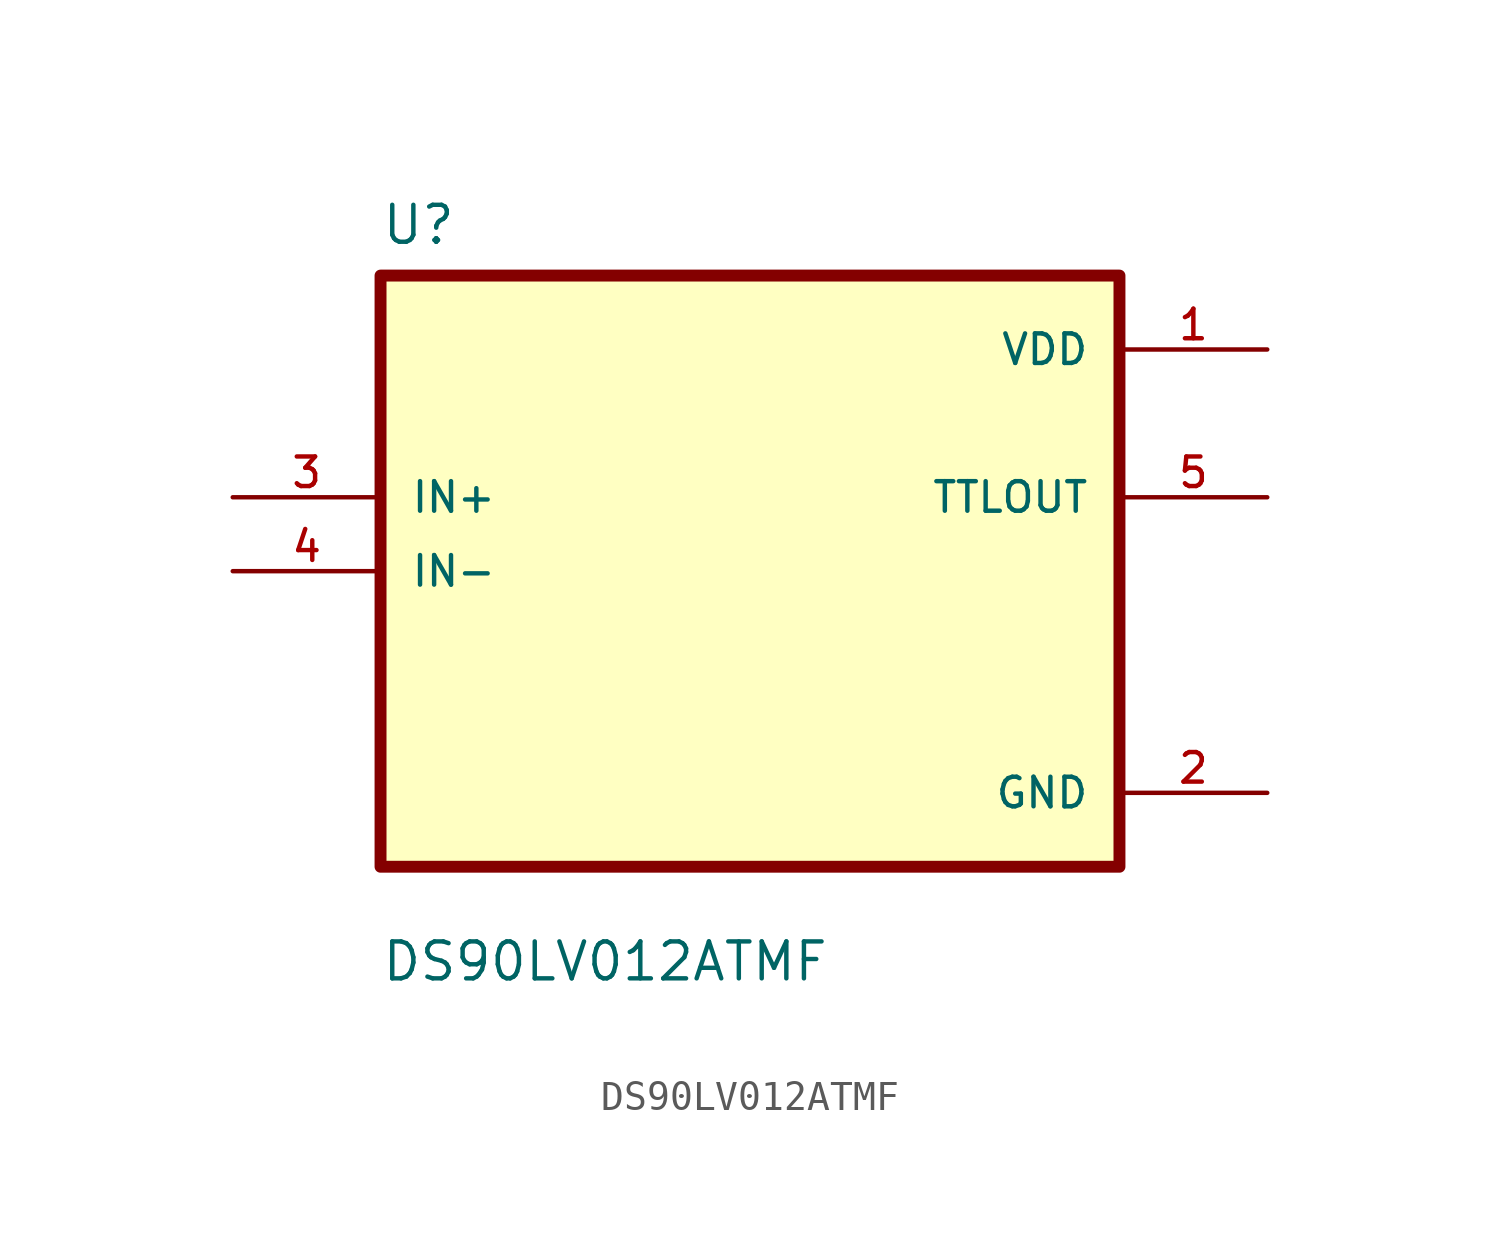
<source format=kicad_sym>
(kicad_symbol_lib
  (version 20211014)
  (generator kicad_symbol_editor)
  (symbol "DS90LV012ATMF"
    (pin_names
      (offset 1.016))
    (property "Reference" "U"
      (at -12.7 11.16 0.0)
      (effects (font (size 1.27 1.27)) (justify bottom left)))
    (property "Value" "DS90LV012ATMF"
      (at -12.7 -14.16 0.0)
      (effects (font (size 1.27 1.27)) (justify bottom left)))
    (symbol "DS90LV012ATMF_0_0"
      (rectangle (start -12.7 -10.16) (end 12.7 10.16) (stroke (width 0.41)) (fill (type background)))
      (pin input line (at -17.78 2.54 0) (length 5.08) (name "IN+" (effects (font (size 1.016 1.016)))) (number "3" (effects (font (size 1.016 1.016)))))
      (pin input line (at -17.78 0.0 0) (length 5.08) (name "IN-" (effects (font (size 1.016 1.016)))) (number "4" (effects (font (size 1.016 1.016)))))
      (pin power_in line (at 17.78 7.62 180.0) (length 5.08) (name "VDD" (effects (font (size 1.016 1.016)))) (number "1" (effects (font (size 1.016 1.016)))))
      (pin output line (at 17.78 2.54 180.0) (length 5.08) (name "TTLOUT" (effects (font (size 1.016 1.016)))) (number "5" (effects (font (size 1.016 1.016)))))
      (pin power_in line (at 17.78 -7.62 180.0) (length 5.08) (name "GND" (effects (font (size 1.016 1.016)))) (number "2" (effects (font (size 1.016 1.016))))))))
</source>
